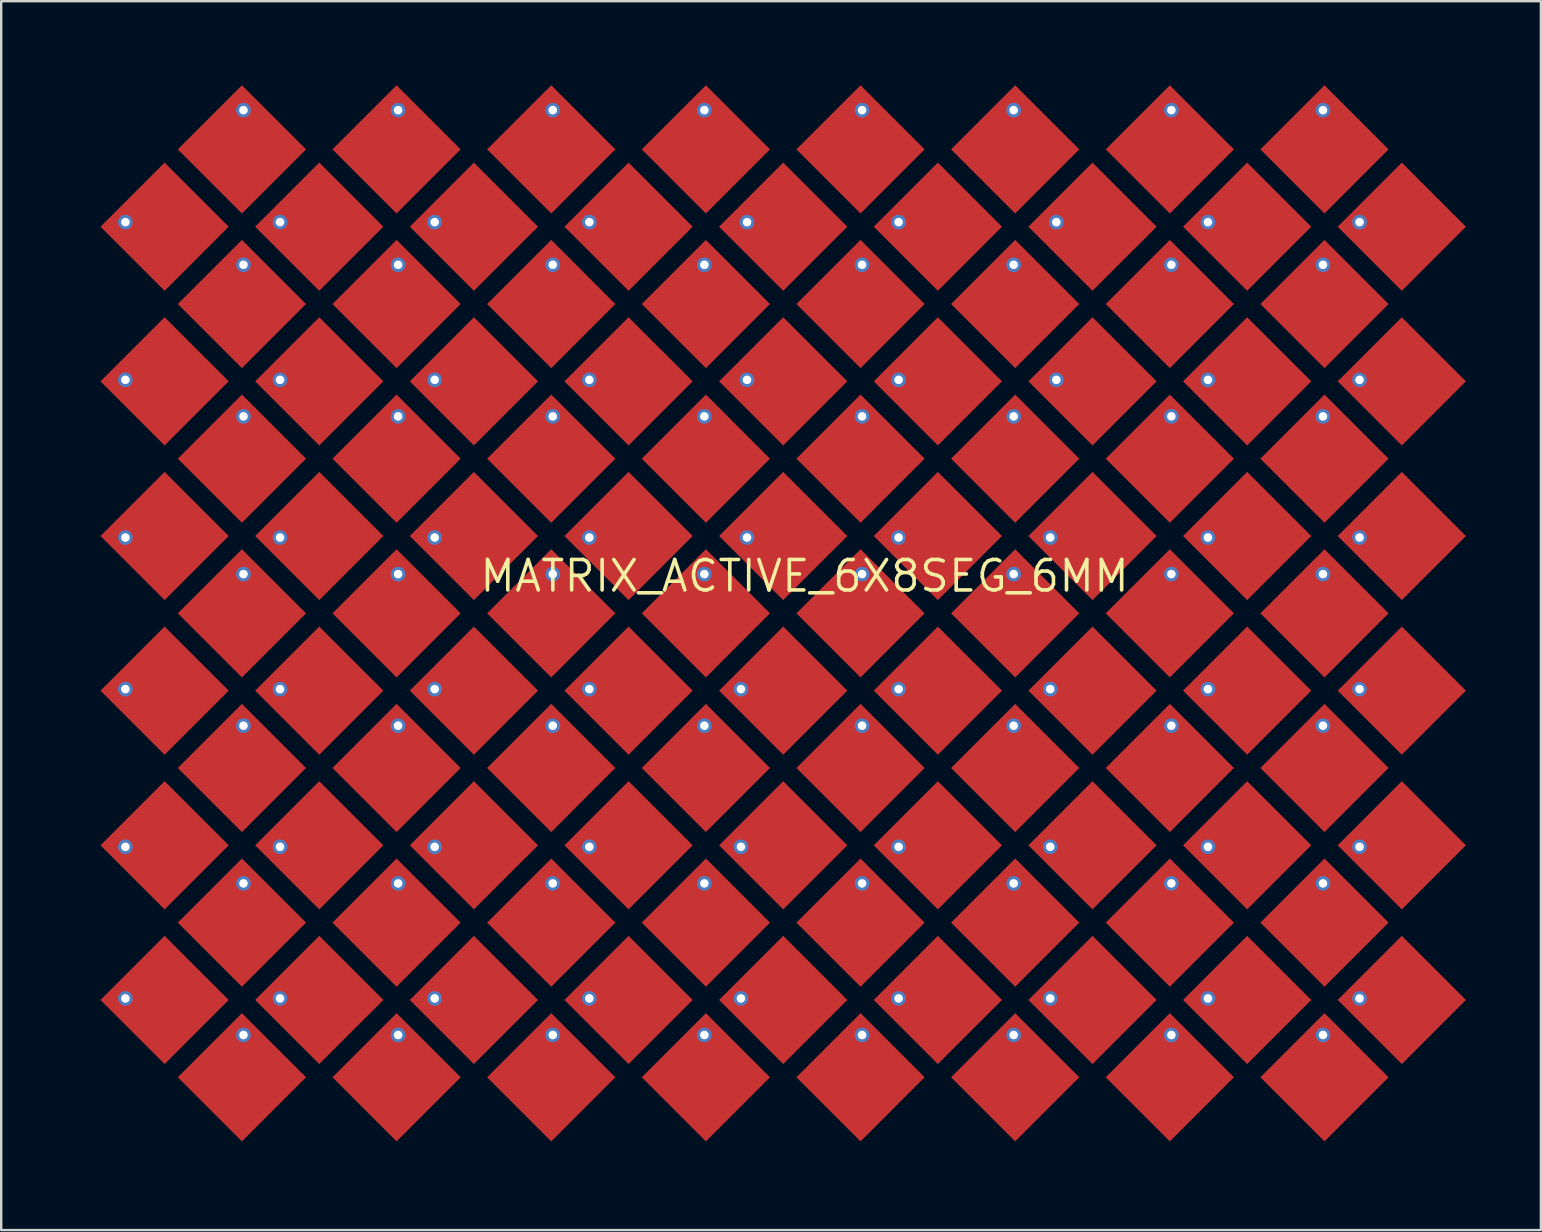
<source format=kicad_pcb>
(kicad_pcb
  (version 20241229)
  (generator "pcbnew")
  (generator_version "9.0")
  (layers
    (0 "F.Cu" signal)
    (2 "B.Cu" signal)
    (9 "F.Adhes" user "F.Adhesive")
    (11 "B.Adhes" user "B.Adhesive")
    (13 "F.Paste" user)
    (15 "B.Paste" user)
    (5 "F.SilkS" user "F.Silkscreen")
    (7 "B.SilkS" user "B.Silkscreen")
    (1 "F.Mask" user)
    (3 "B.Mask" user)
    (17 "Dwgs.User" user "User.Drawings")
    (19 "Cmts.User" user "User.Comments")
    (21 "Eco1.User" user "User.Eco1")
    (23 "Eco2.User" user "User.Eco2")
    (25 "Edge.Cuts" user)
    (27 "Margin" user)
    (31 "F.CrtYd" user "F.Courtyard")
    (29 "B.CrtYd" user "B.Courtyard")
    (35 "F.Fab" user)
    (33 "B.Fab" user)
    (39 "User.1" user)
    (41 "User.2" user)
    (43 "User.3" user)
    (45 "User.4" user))
  (footprint "MATRIX_ACTIVE_6X8SEG_6MM"
    (layer "F.Cu")
    (at 30.48 20.955)
    (property "Reference" "MATRIX_ACTIVE_6X8SEG_6MM" (at 0 0 0) (layer "F.SilkS") (effects (font (size 1.27 1.27) (thickness 0.15))))
    (fp_poly (pts (xy -23.998 -14.557) (xy -26.67 -11.886) (xy -29.342 -14.557) (xy -26.67 -17.229)) (stroke (width 0) (type default)) (fill yes) (layer "F.Cu"))
    (fp_poly (pts (xy -23.998 -8.113) (xy -26.67 -5.441) (xy -29.342 -8.113) (xy -26.67 -10.784)) (stroke (width 0) (type default)) (fill yes) (layer "F.Cu"))
    (fp_poly (pts (xy -23.998 -1.667) (xy -26.67 1.004) (xy -29.342 -1.667) (xy -26.67 -4.339)) (stroke (width 0) (type default)) (fill yes) (layer "F.Cu"))
    (fp_poly (pts (xy -23.998 4.777) (xy -26.67 7.449) (xy -29.342 4.777) (xy -26.67 2.106)) (stroke (width 0) (type default)) (fill yes) (layer "F.Cu"))
    (fp_poly (pts (xy -23.998 11.223) (xy -26.67 13.894) (xy -29.342 11.223) (xy -26.67 8.551)) (stroke (width 0) (type default)) (fill yes) (layer "F.Cu"))
    (fp_poly (pts (xy -23.998 17.668) (xy -26.67 20.339) (xy -29.342 17.668) (xy -26.67 14.996)) (stroke (width 0) (type default)) (fill yes) (layer "F.Cu"))
    (fp_poly (pts (xy -20.776 -17.78) (xy -23.448 -15.108) (xy -26.119 -17.78) (xy -23.448 -20.452)) (stroke (width 0) (type default)) (fill yes) (layer "F.Cu"))
    (fp_poly (pts (xy -20.776 -11.335) (xy -23.448 -8.663) (xy -26.119 -11.335) (xy -23.448 -14.007)) (stroke (width 0) (type default)) (fill yes) (layer "F.Cu"))
    (fp_poly (pts (xy -20.776 -4.89) (xy -23.448 -2.218) (xy -26.119 -4.89) (xy -23.448 -7.562)) (stroke (width 0) (type default)) (fill yes) (layer "F.Cu"))
    (fp_poly (pts (xy -20.776 1.555) (xy -23.448 4.227) (xy -26.119 1.555) (xy -23.448 -1.117)) (stroke (width 0) (type default)) (fill yes) (layer "F.Cu"))
    (fp_poly (pts (xy -20.776 8) (xy -23.448 10.672) (xy -26.119 8) (xy -23.448 5.328)) (stroke (width 0) (type default)) (fill yes) (layer "F.Cu"))
    (fp_poly (pts (xy -20.776 14.445) (xy -23.448 17.117) (xy -26.119 14.445) (xy -23.448 11.773)) (stroke (width 0) (type default)) (fill yes) (layer "F.Cu"))
    (fp_poly (pts (xy -20.776 20.89) (xy -23.448 23.562) (xy -26.119 20.89) (xy -23.448 18.218)) (stroke (width 0) (type default)) (fill yes) (layer "F.Cu"))
    (fp_poly (pts (xy -17.553 -14.557) (xy -20.225 -11.886) (xy -22.897 -14.557) (xy -20.225 -17.229)) (stroke (width 0) (type default)) (fill yes) (layer "F.Cu"))
    (fp_poly (pts (xy -17.553 -8.113) (xy -20.225 -5.441) (xy -22.897 -8.113) (xy -20.225 -10.784)) (stroke (width 0) (type default)) (fill yes) (layer "F.Cu"))
    (fp_poly (pts (xy -17.553 -1.667) (xy -20.225 1.004) (xy -22.897 -1.667) (xy -20.225 -4.339)) (stroke (width 0) (type default)) (fill yes) (layer "F.Cu"))
    (fp_poly (pts (xy -17.553 4.777) (xy -20.225 7.449) (xy -22.897 4.777) (xy -20.225 2.106)) (stroke (width 0) (type default)) (fill yes) (layer "F.Cu"))
    (fp_poly (pts (xy -17.553 11.223) (xy -20.225 13.894) (xy -22.897 11.223) (xy -20.225 8.551)) (stroke (width 0) (type default)) (fill yes) (layer "F.Cu"))
    (fp_poly (pts (xy -17.553 17.668) (xy -20.225 20.339) (xy -22.897 17.668) (xy -20.225 14.996)) (stroke (width 0) (type default)) (fill yes) (layer "F.Cu"))
    (fp_poly (pts (xy -14.331 -17.78) (xy -17.003 -15.108) (xy -19.674 -17.78) (xy -17.003 -20.452)) (stroke (width 0) (type default)) (fill yes) (layer "F.Cu"))
    (fp_poly (pts (xy -14.331 -11.335) (xy -17.003 -8.663) (xy -19.674 -11.335) (xy -17.003 -14.007)) (stroke (width 0) (type default)) (fill yes) (layer "F.Cu"))
    (fp_poly (pts (xy -14.331 -4.89) (xy -17.003 -2.218) (xy -19.674 -4.89) (xy -17.003 -7.562)) (stroke (width 0) (type default)) (fill yes) (layer "F.Cu"))
    (fp_poly (pts (xy -14.331 1.555) (xy -17.003 4.227) (xy -19.674 1.555) (xy -17.003 -1.117)) (stroke (width 0) (type default)) (fill yes) (layer "F.Cu"))
    (fp_poly (pts (xy -14.331 8) (xy -17.003 10.672) (xy -19.674 8) (xy -17.003 5.328)) (stroke (width 0) (type default)) (fill yes) (layer "F.Cu"))
    (fp_poly (pts (xy -14.331 14.445) (xy -17.003 17.117) (xy -19.674 14.445) (xy -17.003 11.773)) (stroke (width 0) (type default)) (fill yes) (layer "F.Cu"))
    (fp_poly (pts (xy -14.331 20.89) (xy -17.003 23.562) (xy -19.674 20.89) (xy -17.003 18.218)) (stroke (width 0) (type default)) (fill yes) (layer "F.Cu"))
    (fp_poly (pts (xy -11.108 -14.557) (xy -13.78 -11.886) (xy -16.452 -14.557) (xy -13.78 -17.229)) (stroke (width 0) (type default)) (fill yes) (layer "F.Cu"))
    (fp_poly (pts (xy -11.108 -8.113) (xy -13.78 -5.441) (xy -16.452 -8.113) (xy -13.78 -10.784)) (stroke (width 0) (type default)) (fill yes) (layer "F.Cu"))
    (fp_poly (pts (xy -11.108 -1.667) (xy -13.78 1.004) (xy -16.452 -1.667) (xy -13.78 -4.339)) (stroke (width 0) (type default)) (fill yes) (layer "F.Cu"))
    (fp_poly (pts (xy -11.108 4.777) (xy -13.78 7.449) (xy -16.452 4.777) (xy -13.78 2.106)) (stroke (width 0) (type default)) (fill yes) (layer "F.Cu"))
    (fp_poly (pts (xy -11.108 11.223) (xy -13.78 13.894) (xy -16.452 11.223) (xy -13.78 8.551)) (stroke (width 0) (type default)) (fill yes) (layer "F.Cu"))
    (fp_poly (pts (xy -11.108 17.668) (xy -13.78 20.339) (xy -16.452 17.668) (xy -13.78 14.996)) (stroke (width 0) (type default)) (fill yes) (layer "F.Cu"))
    (fp_poly (pts (xy -7.886 -17.78) (xy -10.557 -15.108) (xy -13.229 -17.78) (xy -10.557 -20.452)) (stroke (width 0) (type default)) (fill yes) (layer "F.Cu"))
    (fp_poly (pts (xy -7.886 -11.335) (xy -10.557 -8.663) (xy -13.229 -11.335) (xy -10.557 -14.007)) (stroke (width 0) (type default)) (fill yes) (layer "F.Cu"))
    (fp_poly (pts (xy -7.886 -4.89) (xy -10.557 -2.218) (xy -13.229 -4.89) (xy -10.557 -7.562)) (stroke (width 0) (type default)) (fill yes) (layer "F.Cu"))
    (fp_poly (pts (xy -7.886 1.555) (xy -10.557 4.227) (xy -13.229 1.555) (xy -10.557 -1.117)) (stroke (width 0) (type default)) (fill yes) (layer "F.Cu"))
    (fp_poly (pts (xy -7.886 8) (xy -10.557 10.672) (xy -13.229 8) (xy -10.557 5.328)) (stroke (width 0) (type default)) (fill yes) (layer "F.Cu"))
    (fp_poly (pts (xy -7.886 14.445) (xy -10.557 17.117) (xy -13.229 14.445) (xy -10.557 11.773)) (stroke (width 0) (type default)) (fill yes) (layer "F.Cu"))
    (fp_poly (pts (xy -7.886 20.89) (xy -10.557 23.562) (xy -13.229 20.89) (xy -10.557 18.218)) (stroke (width 0) (type default)) (fill yes) (layer "F.Cu"))
    (fp_poly (pts (xy -4.663 -14.557) (xy -7.335 -11.886) (xy -10.007 -14.557) (xy -7.335 -17.229)) (stroke (width 0) (type default)) (fill yes) (layer "F.Cu"))
    (fp_poly (pts (xy -4.663 -8.113) (xy -7.335 -5.441) (xy -10.007 -8.113) (xy -7.335 -10.784)) (stroke (width 0) (type default)) (fill yes) (layer "F.Cu"))
    (fp_poly (pts (xy -4.663 -1.667) (xy -7.335 1.004) (xy -10.007 -1.667) (xy -7.335 -4.339)) (stroke (width 0) (type default)) (fill yes) (layer "F.Cu"))
    (fp_poly (pts (xy -4.663 4.777) (xy -7.335 7.449) (xy -10.007 4.777) (xy -7.335 2.106)) (stroke (width 0) (type default)) (fill yes) (layer "F.Cu"))
    (fp_poly (pts (xy -4.663 11.223) (xy -7.335 13.894) (xy -10.007 11.223) (xy -7.335 8.551)) (stroke (width 0) (type default)) (fill yes) (layer "F.Cu"))
    (fp_poly (pts (xy -4.663 17.668) (xy -7.335 20.339) (xy -10.007 17.668) (xy -7.335 14.996)) (stroke (width 0) (type default)) (fill yes) (layer "F.Cu"))
    (fp_poly (pts (xy -1.441 -17.78) (xy -4.112 -15.108) (xy -6.784 -17.78) (xy -4.112 -20.452)) (stroke (width 0) (type default)) (fill yes) (layer "F.Cu"))
    (fp_poly (pts (xy -1.441 -11.335) (xy -4.112 -8.663) (xy -6.784 -11.335) (xy -4.112 -14.007)) (stroke (width 0) (type default)) (fill yes) (layer "F.Cu"))
    (fp_poly (pts (xy -1.441 -4.89) (xy -4.112 -2.218) (xy -6.784 -4.89) (xy -4.112 -7.562)) (stroke (width 0) (type default)) (fill yes) (layer "F.Cu"))
    (fp_poly (pts (xy -1.441 1.555) (xy -4.112 4.227) (xy -6.784 1.555) (xy -4.112 -1.117)) (stroke (width 0) (type default)) (fill yes) (layer "F.Cu"))
    (fp_poly (pts (xy -1.441 8) (xy -4.112 10.672) (xy -6.784 8) (xy -4.112 5.328)) (stroke (width 0) (type default)) (fill yes) (layer "F.Cu"))
    (fp_poly (pts (xy -1.441 14.445) (xy -4.112 17.117) (xy -6.784 14.445) (xy -4.112 11.773)) (stroke (width 0) (type default)) (fill yes) (layer "F.Cu"))
    (fp_poly (pts (xy -1.441 20.89) (xy -4.112 23.562) (xy -6.784 20.89) (xy -4.112 18.218)) (stroke (width 0) (type default)) (fill yes) (layer "F.Cu"))
    (fp_poly (pts (xy 1.782 -14.557) (xy -0.89 -11.886) (xy -3.562 -14.557) (xy -0.89 -17.229)) (stroke (width 0) (type default)) (fill yes) (layer "F.Cu"))
    (fp_poly (pts (xy 1.782 -8.113) (xy -0.89 -5.441) (xy -3.562 -8.113) (xy -0.89 -10.784)) (stroke (width 0) (type default)) (fill yes) (layer "F.Cu"))
    (fp_poly (pts (xy 1.782 -1.667) (xy -0.89 1.004) (xy -3.562 -1.667) (xy -0.89 -4.339)) (stroke (width 0) (type default)) (fill yes) (layer "F.Cu"))
    (fp_poly (pts (xy 1.782 4.777) (xy -0.89 7.449) (xy -3.562 4.777) (xy -0.89 2.106)) (stroke (width 0) (type default)) (fill yes) (layer "F.Cu"))
    (fp_poly (pts (xy 1.782 11.223) (xy -0.89 13.894) (xy -3.562 11.223) (xy -0.89 8.551)) (stroke (width 0) (type default)) (fill yes) (layer "F.Cu"))
    (fp_poly (pts (xy 1.782 17.668) (xy -0.89 20.339) (xy -3.562 17.668) (xy -0.89 14.996)) (stroke (width 0) (type default)) (fill yes) (layer "F.Cu"))
    (fp_poly (pts (xy 5.004 -17.78) (xy 2.333 -15.108) (xy -0.339 -17.78) (xy 2.333 -20.452)) (stroke (width 0) (type default)) (fill yes) (layer "F.Cu"))
    (fp_poly (pts (xy 5.004 -11.335) (xy 2.333 -8.663) (xy -0.339 -11.335) (xy 2.333 -14.007)) (stroke (width 0) (type default)) (fill yes) (layer "F.Cu"))
    (fp_poly (pts (xy 5.004 -4.89) (xy 2.333 -2.218) (xy -0.339 -4.89) (xy 2.333 -7.562)) (stroke (width 0) (type default)) (fill yes) (layer "F.Cu"))
    (fp_poly (pts (xy 5.004 1.555) (xy 2.333 4.227) (xy -0.339 1.555) (xy 2.333 -1.117)) (stroke (width 0) (type default)) (fill yes) (layer "F.Cu"))
    (fp_poly (pts (xy 5.004 8) (xy 2.333 10.672) (xy -0.339 8) (xy 2.333 5.328)) (stroke (width 0) (type default)) (fill yes) (layer "F.Cu"))
    (fp_poly (pts (xy 5.004 14.445) (xy 2.333 17.117) (xy -0.339 14.445) (xy 2.333 11.773)) (stroke (width 0) (type default)) (fill yes) (layer "F.Cu"))
    (fp_poly (pts (xy 5.004 20.89) (xy 2.333 23.562) (xy -0.339 20.89) (xy 2.333 18.218)) (stroke (width 0) (type default)) (fill yes) (layer "F.Cu"))
    (fp_poly (pts (xy 8.227 -14.557) (xy 5.555 -11.886) (xy 2.883 -14.557) (xy 5.555 -17.229)) (stroke (width 0) (type default)) (fill yes) (layer "F.Cu"))
    (fp_poly (pts (xy 8.227 -8.113) (xy 5.555 -5.441) (xy 2.883 -8.113) (xy 5.555 -10.784)) (stroke (width 0) (type default)) (fill yes) (layer "F.Cu"))
    (fp_poly (pts (xy 8.227 -1.667) (xy 5.555 1.004) (xy 2.883 -1.667) (xy 5.555 -4.339)) (stroke (width 0) (type default)) (fill yes) (layer "F.Cu"))
    (fp_poly (pts (xy 8.227 4.777) (xy 5.555 7.449) (xy 2.883 4.777) (xy 5.555 2.106)) (stroke (width 0) (type default)) (fill yes) (layer "F.Cu"))
    (fp_poly (pts (xy 8.227 11.223) (xy 5.555 13.894) (xy 2.883 11.223) (xy 5.555 8.551)) (stroke (width 0) (type default)) (fill yes) (layer "F.Cu"))
    (fp_poly (pts (xy 8.227 17.668) (xy 5.555 20.339) (xy 2.883 17.668) (xy 5.555 14.996)) (stroke (width 0) (type default)) (fill yes) (layer "F.Cu"))
    (fp_poly (pts (xy 11.449 -17.78) (xy 8.777 -15.108) (xy 6.106 -17.78) (xy 8.777 -20.452)) (stroke (width 0) (type default)) (fill yes) (layer "F.Cu"))
    (fp_poly (pts (xy 11.449 -11.335) (xy 8.777 -8.663) (xy 6.106 -11.335) (xy 8.777 -14.007)) (stroke (width 0) (type default)) (fill yes) (layer "F.Cu"))
    (fp_poly (pts (xy 11.449 -4.89) (xy 8.777 -2.218) (xy 6.106 -4.89) (xy 8.777 -7.562)) (stroke (width 0) (type default)) (fill yes) (layer "F.Cu"))
    (fp_poly (pts (xy 11.449 1.555) (xy 8.777 4.227) (xy 6.106 1.555) (xy 8.777 -1.117)) (stroke (width 0) (type default)) (fill yes) (layer "F.Cu"))
    (fp_poly (pts (xy 11.449 8) (xy 8.777 10.672) (xy 6.106 8) (xy 8.777 5.328)) (stroke (width 0) (type default)) (fill yes) (layer "F.Cu"))
    (fp_poly (pts (xy 11.449 14.445) (xy 8.777 17.117) (xy 6.106 14.445) (xy 8.777 11.773)) (stroke (width 0) (type default)) (fill yes) (layer "F.Cu"))
    (fp_poly (pts (xy 11.449 20.89) (xy 8.777 23.562) (xy 6.106 20.89) (xy 8.777 18.218)) (stroke (width 0) (type default)) (fill yes) (layer "F.Cu"))
    (fp_poly (pts (xy 14.672 -14.557) (xy 12 -11.886) (xy 9.328 -14.557) (xy 12 -17.229)) (stroke (width 0) (type default)) (fill yes) (layer "F.Cu"))
    (fp_poly (pts (xy 14.672 -8.113) (xy 12 -5.441) (xy 9.328 -8.113) (xy 12 -10.784)) (stroke (width 0) (type default)) (fill yes) (layer "F.Cu"))
    (fp_poly (pts (xy 14.672 -1.667) (xy 12 1.004) (xy 9.328 -1.667) (xy 12 -4.339)) (stroke (width 0) (type default)) (fill yes) (layer "F.Cu"))
    (fp_poly (pts (xy 14.672 4.777) (xy 12 7.449) (xy 9.328 4.777) (xy 12 2.106)) (stroke (width 0) (type default)) (fill yes) (layer "F.Cu"))
    (fp_poly (pts (xy 14.672 11.223) (xy 12 13.894) (xy 9.328 11.223) (xy 12 8.551)) (stroke (width 0) (type default)) (fill yes) (layer "F.Cu"))
    (fp_poly (pts (xy 14.672 17.668) (xy 12 20.339) (xy 9.328 17.668) (xy 12 14.996)) (stroke (width 0) (type default)) (fill yes) (layer "F.Cu"))
    (fp_poly (pts (xy 17.894 -17.78) (xy 15.223 -15.108) (xy 12.551 -17.78) (xy 15.223 -20.452)) (stroke (width 0) (type default)) (fill yes) (layer "F.Cu"))
    (fp_poly (pts (xy 17.894 -11.335) (xy 15.223 -8.663) (xy 12.551 -11.335) (xy 15.223 -14.007)) (stroke (width 0) (type default)) (fill yes) (layer "F.Cu"))
    (fp_poly (pts (xy 17.894 -4.89) (xy 15.223 -2.218) (xy 12.551 -4.89) (xy 15.223 -7.562)) (stroke (width 0) (type default)) (fill yes) (layer "F.Cu"))
    (fp_poly (pts (xy 17.894 1.555) (xy 15.223 4.227) (xy 12.551 1.555) (xy 15.223 -1.117)) (stroke (width 0) (type default)) (fill yes) (layer "F.Cu"))
    (fp_poly (pts (xy 17.894 8) (xy 15.223 10.672) (xy 12.551 8) (xy 15.223 5.328)) (stroke (width 0) (type default)) (fill yes) (layer "F.Cu"))
    (fp_poly (pts (xy 17.894 14.445) (xy 15.223 17.117) (xy 12.551 14.445) (xy 15.223 11.773)) (stroke (width 0) (type default)) (fill yes) (layer "F.Cu"))
    (fp_poly (pts (xy 17.894 20.89) (xy 15.223 23.562) (xy 12.551 20.89) (xy 15.223 18.218)) (stroke (width 0) (type default)) (fill yes) (layer "F.Cu"))
    (fp_poly (pts (xy 21.117 -14.557) (xy 18.445 -11.886) (xy 15.773 -14.557) (xy 18.445 -17.229)) (stroke (width 0) (type default)) (fill yes) (layer "F.Cu"))
    (fp_poly (pts (xy 21.117 -8.113) (xy 18.445 -5.441) (xy 15.773 -8.113) (xy 18.445 -10.784)) (stroke (width 0) (type default)) (fill yes) (layer "F.Cu"))
    (fp_poly (pts (xy 21.117 -1.667) (xy 18.445 1.004) (xy 15.773 -1.667) (xy 18.445 -4.339)) (stroke (width 0) (type default)) (fill yes) (layer "F.Cu"))
    (fp_poly (pts (xy 21.117 4.777) (xy 18.445 7.449) (xy 15.773 4.777) (xy 18.445 2.106)) (stroke (width 0) (type default)) (fill yes) (layer "F.Cu"))
    (fp_poly (pts (xy 21.117 11.223) (xy 18.445 13.894) (xy 15.773 11.223) (xy 18.445 8.551)) (stroke (width 0) (type default)) (fill yes) (layer "F.Cu"))
    (fp_poly (pts (xy 21.117 17.668) (xy 18.445 20.339) (xy 15.773 17.668) (xy 18.445 14.996)) (stroke (width 0) (type default)) (fill yes) (layer "F.Cu"))
    (fp_poly (pts (xy 24.339 -17.78) (xy 21.668 -15.108) (xy 18.996 -17.78) (xy 21.668 -20.452)) (stroke (width 0) (type default)) (fill yes) (layer "F.Cu"))
    (fp_poly (pts (xy 24.339 -11.335) (xy 21.668 -8.663) (xy 18.996 -11.335) (xy 21.668 -14.007)) (stroke (width 0) (type default)) (fill yes) (layer "F.Cu"))
    (fp_poly (pts (xy 24.339 -4.89) (xy 21.668 -2.218) (xy 18.996 -4.89) (xy 21.668 -7.562)) (stroke (width 0) (type default)) (fill yes) (layer "F.Cu"))
    (fp_poly (pts (xy 24.339 1.555) (xy 21.668 4.227) (xy 18.996 1.555) (xy 21.668 -1.117)) (stroke (width 0) (type default)) (fill yes) (layer "F.Cu"))
    (fp_poly (pts (xy 24.339 8) (xy 21.668 10.672) (xy 18.996 8) (xy 21.668 5.328)) (stroke (width 0) (type default)) (fill yes) (layer "F.Cu"))
    (fp_poly (pts (xy 24.339 14.445) (xy 21.668 17.117) (xy 18.996 14.445) (xy 21.668 11.773)) (stroke (width 0) (type default)) (fill yes) (layer "F.Cu"))
    (fp_poly (pts (xy 24.339 20.89) (xy 21.668 23.562) (xy 18.996 20.89) (xy 21.668 18.218)) (stroke (width 0) (type default)) (fill yes) (layer "F.Cu"))
    (fp_poly (pts (xy 27.562 -14.557) (xy 24.89 -11.886) (xy 22.218 -14.557) (xy 24.89 -17.229)) (stroke (width 0) (type default)) (fill yes) (layer "F.Cu"))
    (fp_poly (pts (xy 27.562 -8.113) (xy 24.89 -5.441) (xy 22.218 -8.113) (xy 24.89 -10.784)) (stroke (width 0) (type default)) (fill yes) (layer "F.Cu"))
    (fp_poly (pts (xy 27.562 -1.667) (xy 24.89 1.004) (xy 22.218 -1.667) (xy 24.89 -4.339)) (stroke (width 0) (type default)) (fill yes) (layer "F.Cu"))
    (fp_poly (pts (xy 27.562 4.777) (xy 24.89 7.449) (xy 22.218 4.777) (xy 24.89 2.106)) (stroke (width 0) (type default)) (fill yes) (layer "F.Cu"))
    (fp_poly (pts (xy 27.562 11.223) (xy 24.89 13.894) (xy 22.218 11.223) (xy 24.89 8.551)) (stroke (width 0) (type default)) (fill yes) (layer "F.Cu"))
    (fp_poly (pts (xy 27.562 17.668) (xy 24.89 20.339) (xy 22.218 17.668) (xy 24.89 14.996)) (stroke (width 0) (type default)) (fill yes) (layer "F.Cu"))
    (pad "X0Y0" thru_hole circle (at -23.384 -19.415) (size 0.61 0.61) (drill 0.356) (layers "*.Cu"))
    (pad "X0Y1" thru_hole circle (at -23.384 -12.97) (size 0.61 0.61) (drill 0.356) (layers "*.Cu"))
    (pad "X0Y2" thru_hole circle (at -23.384 -6.652) (size 0.61 0.61) (drill 0.356) (layers "*.Cu"))
    (pad "X0Y3" thru_hole circle (at -23.384 -0.08) (size 0.61 0.61) (drill 0.356) (layers "*.Cu"))
    (pad "X0Y4" thru_hole circle (at -23.384 6.238) (size 0.61 0.61) (drill 0.356) (layers "*.Cu"))
    (pad "X0Y5" thru_hole circle (at -23.384 12.81) (size 0.61 0.61) (drill 0.356) (layers "*.Cu"))
    (pad "X0Y6" thru_hole circle (at -23.384 19.128) (size 0.61 0.61) (drill 0.356) (layers "*.Cu"))
    (pad "X1Y0" thru_hole circle (at -16.939 -19.415) (size 0.61 0.61) (drill 0.356) (layers "*.Cu"))
    (pad "X1Y1" thru_hole circle (at -16.939 -12.97) (size 0.61 0.61) (drill 0.356) (layers "*.Cu"))
    (pad "X1Y2" thru_hole circle (at -16.939 -6.652) (size 0.61 0.61) (drill 0.356) (layers "*.Cu"))
    (pad "X1Y3" thru_hole circle (at -16.939 -0.08) (size 0.61 0.61) (drill 0.356) (layers "*.Cu"))
    (pad "X1Y4" thru_hole circle (at -16.939 6.238) (size 0.61 0.61) (drill 0.356) (layers "*.Cu"))
    (pad "X1Y5" thru_hole circle (at -16.939 12.81) (size 0.61 0.61) (drill 0.356) (layers "*.Cu"))
    (pad "X1Y6" thru_hole circle (at -16.939 19.128) (size 0.61 0.61) (drill 0.356) (layers "*.Cu"))
    (pad "X2Y0" thru_hole circle (at -10.494 -19.415) (size 0.61 0.61) (drill 0.356) (layers "*.Cu"))
    (pad "X2Y1" thru_hole circle (at -10.494 -12.97) (size 0.61 0.61) (drill 0.356) (layers "*.Cu"))
    (pad "X2Y2" thru_hole circle (at -10.494 -6.652) (size 0.61 0.61) (drill 0.356) (layers "*.Cu"))
    (pad "X2Y3" thru_hole circle (at -10.494 -0.08) (size 0.61 0.61) (drill 0.356) (layers "*.Cu"))
    (pad "X2Y4" thru_hole circle (at -10.494 6.238) (size 0.61 0.61) (drill 0.356) (layers "*.Cu"))
    (pad "X2Y5" thru_hole circle (at -10.494 12.81) (size 0.61 0.61) (drill 0.356) (layers "*.Cu"))
    (pad "X2Y6" thru_hole circle (at -10.494 19.128) (size 0.61 0.61) (drill 0.356) (layers "*.Cu"))
    (pad "X3Y0" thru_hole circle (at -4.176 -19.415) (size 0.61 0.61) (drill 0.356) (layers "*.Cu"))
    (pad "X3Y1" thru_hole circle (at -4.176 -12.97) (size 0.61 0.61) (drill 0.356) (layers "*.Cu"))
    (pad "X3Y2" thru_hole circle (at -4.176 -6.652) (size 0.61 0.61) (drill 0.356) (layers "*.Cu"))
    (pad "X3Y3" thru_hole circle (at -4.176 -0.08) (size 0.61 0.61) (drill 0.356) (layers "*.Cu"))
    (pad "X3Y4" thru_hole circle (at -4.176 6.238) (size 0.61 0.61) (drill 0.356) (layers "*.Cu"))
    (pad "X3Y5" thru_hole circle (at -4.176 12.81) (size 0.61 0.61) (drill 0.356) (layers "*.Cu"))
    (pad "X3Y6" thru_hole circle (at -4.176 19.128) (size 0.61 0.61) (drill 0.356) (layers "*.Cu"))
    (pad "X4Y0" thru_hole circle (at 2.396 -19.415) (size 0.61 0.61) (drill 0.356) (layers "*.Cu"))
    (pad "X4Y1" thru_hole circle (at 2.396 -12.97) (size 0.61 0.61) (drill 0.356) (layers "*.Cu"))
    (pad "X4Y2" thru_hole circle (at 2.396 -6.652) (size 0.61 0.61) (drill 0.356) (layers "*.Cu"))
    (pad "X4Y3" thru_hole circle (at 2.396 -0.08) (size 0.61 0.61) (drill 0.356) (layers "*.Cu"))
    (pad "X4Y4" thru_hole circle (at 2.396 6.238) (size 0.61 0.61) (drill 0.356) (layers "*.Cu"))
    (pad "X4Y5" thru_hole circle (at 2.396 12.81) (size 0.61 0.61) (drill 0.356) (layers "*.Cu"))
    (pad "X4Y6" thru_hole circle (at 2.396 19.128) (size 0.61 0.61) (drill 0.356) (layers "*.Cu"))
    (pad "X5Y0" thru_hole circle (at 8.714 -19.415) (size 0.61 0.61) (drill 0.356) (layers "*.Cu"))
    (pad "X5Y1" thru_hole circle (at 8.714 -12.97) (size 0.61 0.61) (drill 0.356) (layers "*.Cu"))
    (pad "X5Y2" thru_hole circle (at 8.714 -6.652) (size 0.61 0.61) (drill 0.356) (layers "*.Cu"))
    (pad "X5Y3" thru_hole circle (at 8.714 -0.08) (size 0.61 0.61) (drill 0.356) (layers "*.Cu"))
    (pad "X5Y4" thru_hole circle (at 8.714 6.238) (size 0.61 0.61) (drill 0.356) (layers "*.Cu"))
    (pad "X5Y5" thru_hole circle (at 8.714 12.81) (size 0.61 0.61) (drill 0.356) (layers "*.Cu"))
    (pad "X5Y6" thru_hole circle (at 8.714 19.128) (size 0.61 0.61) (drill 0.356) (layers "*.Cu"))
    (pad "X6Y0" thru_hole circle (at 15.286 -19.415) (size 0.61 0.61) (drill 0.356) (layers "*.Cu"))
    (pad "X6Y1" thru_hole circle (at 15.286 -12.97) (size 0.61 0.61) (drill 0.356) (layers "*.Cu"))
    (pad "X6Y2" thru_hole circle (at 15.286 -6.652) (size 0.61 0.61) (drill 0.356) (layers "*.Cu"))
    (pad "X6Y3" thru_hole circle (at 15.286 -0.08) (size 0.61 0.61) (drill 0.356) (layers "*.Cu"))
    (pad "X6Y4" thru_hole circle (at 15.286 6.238) (size 0.61 0.61) (drill 0.356) (layers "*.Cu"))
    (pad "X6Y5" thru_hole circle (at 15.286 12.81) (size 0.61 0.61) (drill 0.356) (layers "*.Cu"))
    (pad "X6Y6" thru_hole circle (at 15.286 19.128) (size 0.61 0.61) (drill 0.356) (layers "*.Cu"))
    (pad "X7Y0" thru_hole circle (at 21.604 -19.415) (size 0.61 0.61) (drill 0.356) (layers "*.Cu"))
    (pad "X7Y1" thru_hole circle (at 21.604 -12.97) (size 0.61 0.61) (drill 0.356) (layers "*.Cu"))
    (pad "X7Y2" thru_hole circle (at 21.604 -6.652) (size 0.61 0.61) (drill 0.356) (layers "*.Cu"))
    (pad "X7Y3" thru_hole circle (at 21.604 -0.08) (size 0.61 0.61) (drill 0.356) (layers "*.Cu"))
    (pad "X7Y4" thru_hole circle (at 21.604 6.238) (size 0.61 0.61) (drill 0.356) (layers "*.Cu"))
    (pad "X7Y5" thru_hole circle (at 21.604 12.81) (size 0.61 0.61) (drill 0.356) (layers "*.Cu"))
    (pad "X7Y6" thru_hole circle (at 21.604 19.128) (size 0.61 0.61) (drill 0.356) (layers "*.Cu"))
    (pad "Y0X0" thru_hole circle (at -28.305 -14.748) (size 0.61 0.61) (drill 0.356) (layers "*.Cu"))
    (pad "Y0X1" thru_hole circle (at -21.86 -14.748) (size 0.61 0.61) (drill 0.356) (layers "*.Cu"))
    (pad "Y0X2" thru_hole circle (at -15.415 -14.748) (size 0.61 0.61) (drill 0.356) (layers "*.Cu"))
    (pad "Y0X3" thru_hole circle (at -8.97 -14.748) (size 0.61 0.61) (drill 0.356) (layers "*.Cu"))
    (pad "Y0X4" thru_hole circle (at -2.398 -14.748) (size 0.61 0.61) (drill 0.356) (layers "*.Cu"))
    (pad "Y0X5" thru_hole circle (at 3.92 -14.748) (size 0.61 0.61) (drill 0.356) (layers "*.Cu"))
    (pad "Y0X6" thru_hole circle (at 10.492 -14.748) (size 0.61 0.61) (drill 0.356) (layers "*.Cu"))
    (pad "Y0X7" thru_hole circle (at 16.81 -14.748) (size 0.61 0.61) (drill 0.356) (layers "*.Cu"))
    (pad "Y0X8" thru_hole circle (at 23.128 -14.748) (size 0.61 0.61) (drill 0.356) (layers "*.Cu"))
    (pad "Y1X0" thru_hole circle (at -28.305 -8.176) (size 0.61 0.61) (drill 0.356) (layers "*.Cu"))
    (pad "Y1X1" thru_hole circle (at -21.86 -8.176) (size 0.61 0.61) (drill 0.356) (layers "*.Cu"))
    (pad "Y1X2" thru_hole circle (at -15.415 -8.176) (size 0.61 0.61) (drill 0.356) (layers "*.Cu"))
    (pad "Y1X3" thru_hole circle (at -8.97 -8.176) (size 0.61 0.61) (drill 0.356) (layers "*.Cu"))
    (pad "Y1X4" thru_hole circle (at -2.398 -8.176) (size 0.61 0.61) (drill 0.356) (layers "*.Cu"))
    (pad "Y1X5" thru_hole circle (at 3.92 -8.176) (size 0.61 0.61) (drill 0.356) (layers "*.Cu"))
    (pad "Y1X6" thru_hole circle (at 10.492 -8.176) (size 0.61 0.61) (drill 0.356) (layers "*.Cu"))
    (pad "Y1X7" thru_hole circle (at 16.81 -8.176) (size 0.61 0.61) (drill 0.356) (layers "*.Cu"))
    (pad "Y1X8" thru_hole circle (at 23.128 -8.176) (size 0.61 0.61) (drill 0.356) (layers "*.Cu"))
    (pad "Y2X0" thru_hole circle (at -28.305 -1.604) (size 0.61 0.61) (drill 0.356) (layers "*.Cu"))
    (pad "Y2X1" thru_hole circle (at -21.86 -1.604) (size 0.61 0.61) (drill 0.356) (layers "*.Cu"))
    (pad "Y2X2" thru_hole circle (at -15.415 -1.604) (size 0.61 0.61) (drill 0.356) (layers "*.Cu"))
    (pad "Y2X3" thru_hole circle (at -8.97 -1.604) (size 0.61 0.61) (drill 0.356) (layers "*.Cu"))
    (pad "Y2X4" thru_hole circle (at -2.398 -1.604) (size 0.61 0.61) (drill 0.356) (layers "*.Cu"))
    (pad "Y2X5" thru_hole circle (at 3.92 -1.604) (size 0.61 0.61) (drill 0.356) (layers "*.Cu"))
    (pad "Y2X6" thru_hole circle (at 10.238 -1.604) (size 0.61 0.61) (drill 0.356) (layers "*.Cu"))
    (pad "Y2X7" thru_hole circle (at 16.81 -1.604) (size 0.61 0.61) (drill 0.356) (layers "*.Cu"))
    (pad "Y2X8" thru_hole circle (at 23.128 -1.604) (size 0.61 0.61) (drill 0.356) (layers "*.Cu"))
    (pad "Y3X0" thru_hole circle (at -28.305 4.714) (size 0.61 0.61) (drill 0.356) (layers "*.Cu"))
    (pad "Y3X1" thru_hole circle (at -21.86 4.714) (size 0.61 0.61) (drill 0.356) (layers "*.Cu"))
    (pad "Y3X2" thru_hole circle (at -15.415 4.714) (size 0.61 0.61) (drill 0.356) (layers "*.Cu"))
    (pad "Y3X3" thru_hole circle (at -8.97 4.714) (size 0.61 0.61) (drill 0.356) (layers "*.Cu"))
    (pad "Y3X4" thru_hole circle (at -2.652 4.714) (size 0.61 0.61) (drill 0.356) (layers "*.Cu"))
    (pad "Y3X5" thru_hole circle (at 3.92 4.714) (size 0.61 0.61) (drill 0.356) (layers "*.Cu"))
    (pad "Y3X6" thru_hole circle (at 10.238 4.714) (size 0.61 0.61) (drill 0.356) (layers "*.Cu"))
    (pad "Y3X7" thru_hole circle (at 16.81 4.714) (size 0.61 0.61) (drill 0.356) (layers "*.Cu"))
    (pad "Y3X8" thru_hole circle (at 23.128 4.714) (size 0.61 0.61) (drill 0.356) (layers "*.Cu"))
    (pad "Y4X0" thru_hole circle (at -28.305 11.286) (size 0.61 0.61) (drill 0.356) (layers "*.Cu"))
    (pad "Y4X1" thru_hole circle (at -21.86 11.286) (size 0.61 0.61) (drill 0.356) (layers "*.Cu"))
    (pad "Y4X2" thru_hole circle (at -15.415 11.286) (size 0.61 0.61) (drill 0.356) (layers "*.Cu"))
    (pad "Y4X3" thru_hole circle (at -8.97 11.286) (size 0.61 0.61) (drill 0.356) (layers "*.Cu"))
    (pad "Y4X4" thru_hole circle (at -2.652 11.286) (size 0.61 0.61) (drill 0.356) (layers "*.Cu"))
    (pad "Y4X5" thru_hole circle (at 3.92 11.286) (size 0.61 0.61) (drill 0.356) (layers "*.Cu"))
    (pad "Y4X6" thru_hole circle (at 10.238 11.286) (size 0.61 0.61) (drill 0.356) (layers "*.Cu"))
    (pad "Y4X7" thru_hole circle (at 16.81 11.286) (size 0.61 0.61) (drill 0.356) (layers "*.Cu"))
    (pad "Y4X8" thru_hole circle (at 23.128 11.286) (size 0.61 0.61) (drill 0.356) (layers "*.Cu"))
    (pad "Y5X0" thru_hole circle (at -28.305 17.604) (size 0.61 0.61) (drill 0.356) (layers "*.Cu"))
    (pad "Y5X1" thru_hole circle (at -21.86 17.604) (size 0.61 0.61) (drill 0.356) (layers "*.Cu"))
    (pad "Y5X2" thru_hole circle (at -15.415 17.604) (size 0.61 0.61) (drill 0.356) (layers "*.Cu"))
    (pad "Y5X3" thru_hole circle (at -8.97 17.604) (size 0.61 0.61) (drill 0.356) (layers "*.Cu"))
    (pad "Y5X4" thru_hole circle (at -2.652 17.604) (size 0.61 0.61) (drill 0.356) (layers "*.Cu"))
    (pad "Y5X5" thru_hole circle (at 3.92 17.604) (size 0.61 0.61) (drill 0.356) (layers "*.Cu"))
    (pad "Y5X6" thru_hole circle (at 10.238 17.604) (size 0.61 0.61) (drill 0.356) (layers "*.Cu"))
    (pad "Y5X7" thru_hole circle (at 16.81 17.604) (size 0.61 0.61) (drill 0.356) (layers "*.Cu"))
    (pad "Y5X8" thru_hole circle (at 23.128 17.604) (size 0.61 0.61) (drill 0.356) (layers "*.Cu"))
    (zone (net_name "") (layers "F.Cu" "B.Cu") (hatch edge 0.5) (connect_pads) (min_thickness 0.25) (filled_areas_thickness no) (keepout (tracks allowed) (vias not_allowed) (pads allowed) (copperpour allowed) (footprints allowed)) (placement (enabled no)) (fill) (polygon (pts (xy 0 0) (xy 0 45.212) (xy 58.166 45.212) (xy 58.166 0)))))
  (gr_rect
    (start -3 -3)
    (end 61.166 48.212)
    (stroke (width 0.1) (type default))
    (fill no)
    (layer "Edge.Cuts")))
</source>
